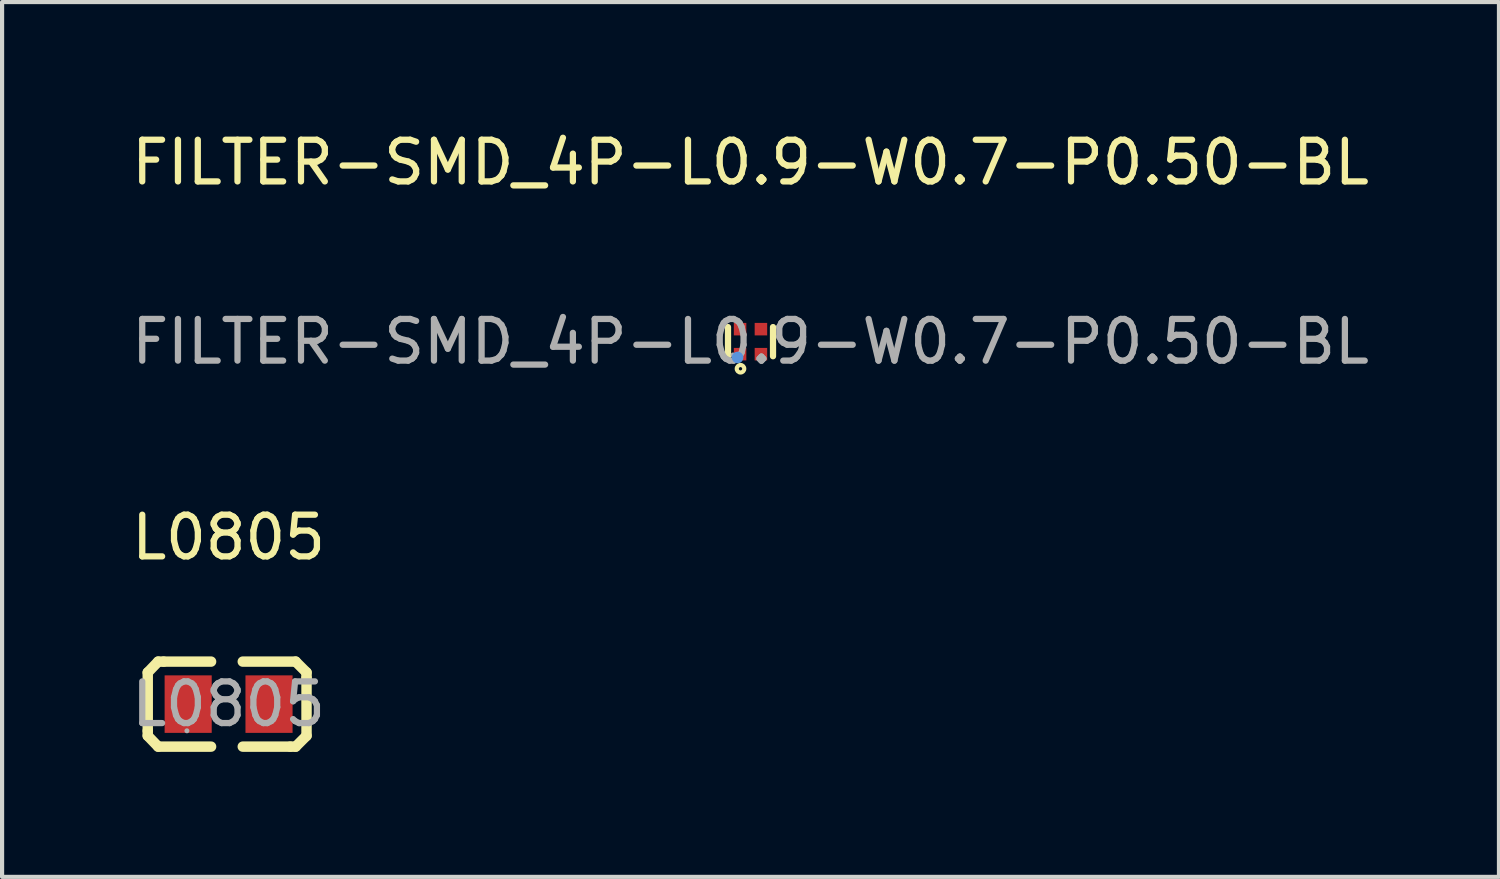
<source format=kicad_pcb>
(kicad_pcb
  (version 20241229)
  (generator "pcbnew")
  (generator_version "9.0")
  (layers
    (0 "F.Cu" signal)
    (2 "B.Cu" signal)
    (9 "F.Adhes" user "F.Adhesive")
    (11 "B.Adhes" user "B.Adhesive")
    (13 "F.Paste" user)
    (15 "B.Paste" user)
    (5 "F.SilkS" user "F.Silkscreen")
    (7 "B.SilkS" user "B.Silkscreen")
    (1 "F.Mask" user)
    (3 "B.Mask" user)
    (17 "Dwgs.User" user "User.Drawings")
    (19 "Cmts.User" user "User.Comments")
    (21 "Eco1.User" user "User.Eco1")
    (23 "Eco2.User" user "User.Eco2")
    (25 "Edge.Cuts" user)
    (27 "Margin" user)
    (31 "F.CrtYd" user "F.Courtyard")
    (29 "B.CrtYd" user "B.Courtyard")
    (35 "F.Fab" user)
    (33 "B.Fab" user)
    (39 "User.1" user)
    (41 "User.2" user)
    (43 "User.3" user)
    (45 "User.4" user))
  (footprint "L0805"
    (layer "F.Cu")
    (at 2.435 13.845)
    (property "Reference" "L0805" (at 0 -4 0) (layer "F.SilkS") (effects (font (size 1 1) (thickness 0.15))))
    (attr through_hole)
    (fp_line (start -1.94 -0.76) (end -1.94 0.64) (stroke (width 0.25) (type solid)) (layer "F.SilkS"))
    (fp_line (start -1.94 0.64) (end -1.94 0.76) (stroke (width 0.25) (type solid)) (layer "F.SilkS"))
    (fp_line (start -1.94 0.76) (end -1.69 1.02) (stroke (width 0.25) (type solid)) (layer "F.SilkS"))
    (fp_line (start -1.69 -1.02) (end -1.94 -0.76) (stroke (width 0.25) (type solid)) (layer "F.SilkS"))
    (fp_line (start -1.69 1.02) (end -0.42 1.02) (stroke (width 0.25) (type solid)) (layer "F.SilkS"))
    (fp_line (start -1.56 -1.02) (end -1.69 -1.02) (stroke (width 0.25) (type solid)) (layer "F.SilkS"))
    (fp_line (start -0.42 -1.02) (end -1.56 -1.02) (stroke (width 0.25) (type solid)) (layer "F.SilkS"))
    (fp_line (start 0.34 1.02) (end 1.48 1.02) (stroke (width 0.25) (type solid)) (layer "F.SilkS"))
    (fp_line (start 1.48 1.02) (end 1.61 1.02) (stroke (width 0.25) (type solid)) (layer "F.SilkS"))
    (fp_line (start 1.61 -1.02) (end 0.34 -1.02) (stroke (width 0.25) (type solid)) (layer "F.SilkS"))
    (fp_line (start 1.61 1.02) (end 1.87 0.76) (stroke (width 0.25) (type solid)) (layer "F.SilkS"))
    (fp_line (start 1.87 -0.76) (end 1.61 -1.02) (stroke (width 0.25) (type solid)) (layer "F.SilkS"))
    (fp_line (start 1.87 -0.63) (end 1.87 -0.76) (stroke (width 0.25) (type solid)) (layer "F.SilkS"))
    (fp_line (start 1.87 0.76) (end 1.87 -0.63) (stroke (width 0.25) (type solid)) (layer "F.SilkS"))
    (fp_circle (center -1 0.64) (end -0.97 0.64) (stroke (width 0.06) (type solid)) (fill no) (layer "F.Fab"))
    (fp_text user "${REFERENCE}" (at 0 0 0) (layer "F.Fab") (effects (font (size 1 1) (thickness 0.15))))
    (pad "1" smd rect (at -0.97 0) (size 1.13 1.38) (layers "F.Cu" "F.Mask" "F.Paste"))
    (pad "2" smd rect (at 0.97 0) (size 1.13 1.38) (layers "F.Cu" "F.Mask" "F.Paste")))
  (footprint "FILTER-SMD_4P-L0.9-W0.7-P0.50-BL"
    (layer "F.Cu")
    (at 14.958 5.148)
    (property "Reference" "FILTER-SMD_4P-L0.9-W0.7-P0.50-BL" (at 0 -4.3 0) (layer "F.SilkS") (effects (font (size 1 1) (thickness 0.15))))
    (attr through_hole)
    (fp_line (start -0.54 -0.35) (end -0.54 0.35) (stroke (width 0.15) (type solid)) (layer "F.SilkS"))
    (fp_line (start 0.54 -0.35) (end 0.54 0.35) (stroke (width 0.15) (type solid)) (layer "F.SilkS"))
    (fp_circle (center -0.24 0.65) (end -0.15 0.65) (stroke (width 0.1) (type solid)) (fill no) (layer "F.SilkS"))
    (fp_circle (center -0.31 0.38) (end -0.24 0.38) (stroke (width 0.14) (type solid)) (fill no) (layer "Cmts.User"))
    (fp_circle (center -0.42 0.32) (end -0.39 0.32) (stroke (width 0.06) (type solid)) (fill no) (layer "F.Fab"))
    (fp_text user "${REFERENCE}" (at 0 0 0) (layer "F.Fab") (effects (font (size 1 1) (thickness 0.15))))
    (pad "1" smd rect (at -0.25 0.3 90) (size 0.3 0.3) (layers "F.Cu" "F.Mask" "F.Paste"))
    (pad "2" smd rect (at 0.25 0.3 90) (size 0.3 0.3) (layers "F.Cu" "F.Mask" "F.Paste"))
    (pad "3" smd rect (at 0.25 -0.3 90) (size 0.3 0.3) (layers "F.Cu" "F.Mask" "F.Paste"))
    (pad "4" smd rect (at -0.25 -0.3 90) (size 0.3 0.3) (layers "F.Cu" "F.Mask" "F.Paste")))
  (gr_rect
    (start -3 -3)
    (end 32.917 17.99)
    (stroke (width 0.1) (type default))
    (fill no)
    (layer "Edge.Cuts")))
</source>
